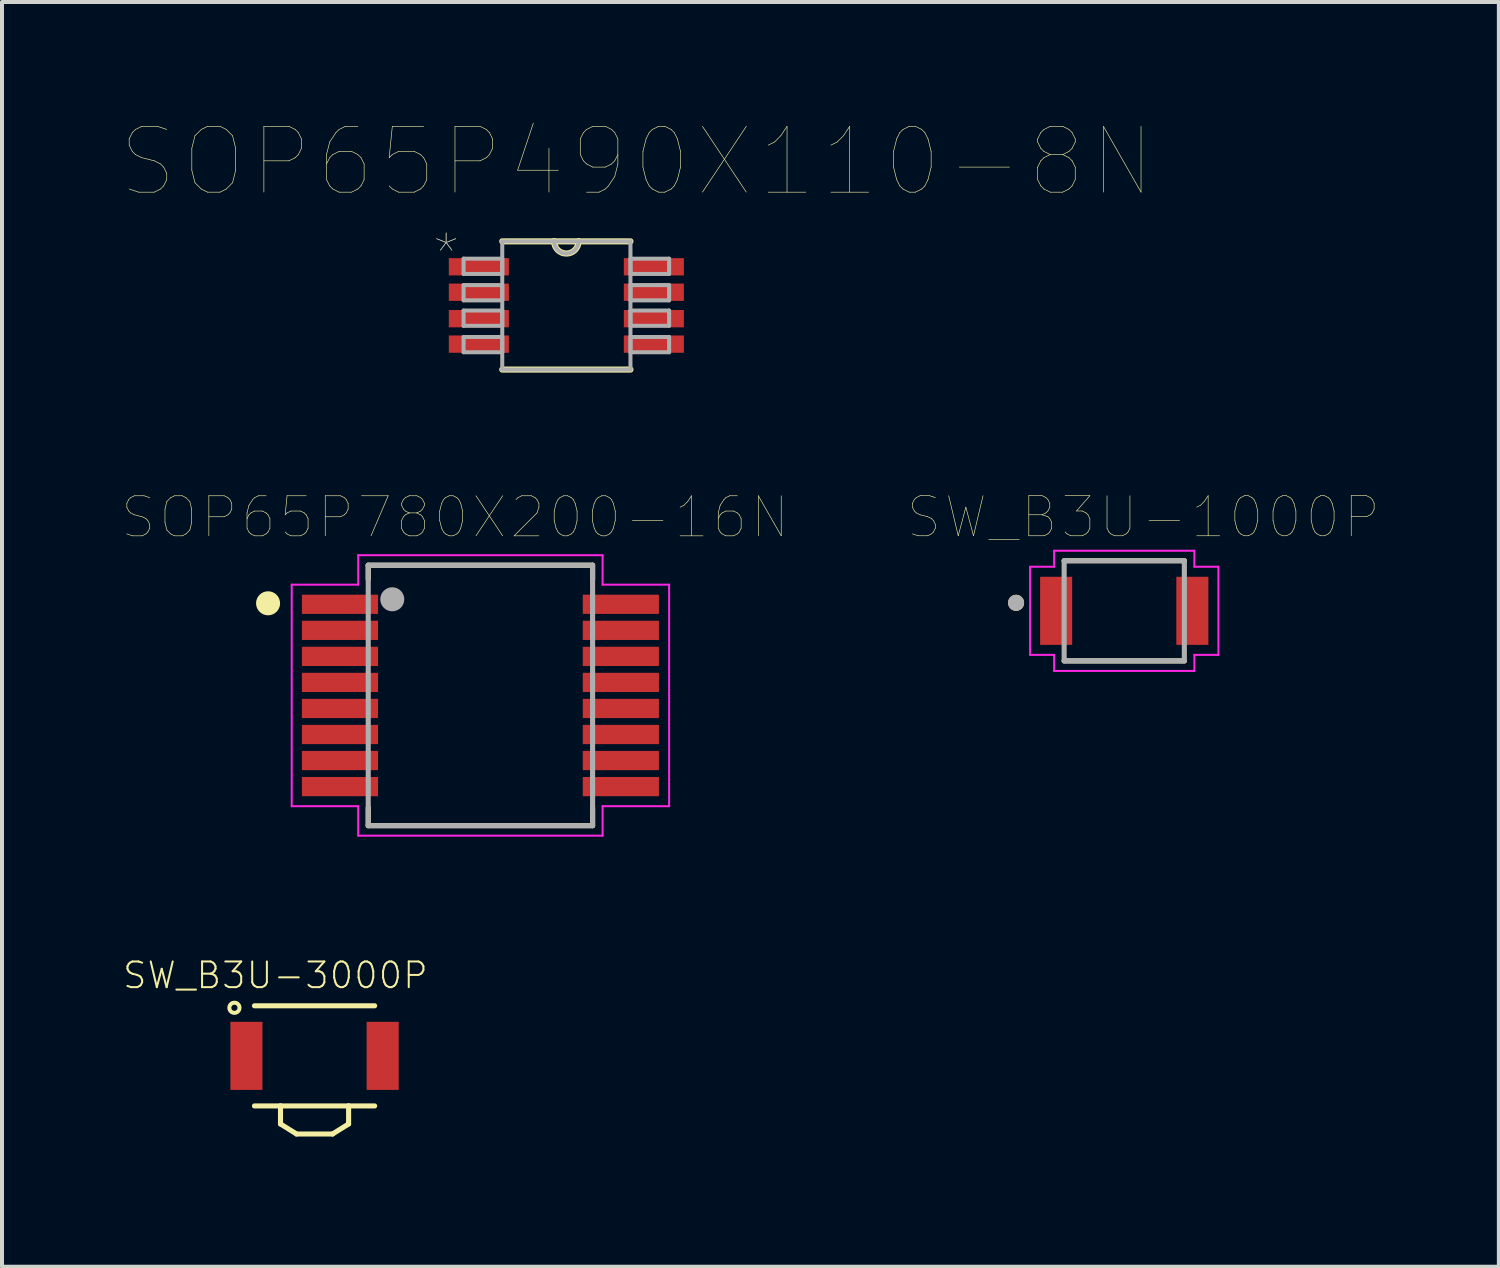
<source format=kicad_pcb>
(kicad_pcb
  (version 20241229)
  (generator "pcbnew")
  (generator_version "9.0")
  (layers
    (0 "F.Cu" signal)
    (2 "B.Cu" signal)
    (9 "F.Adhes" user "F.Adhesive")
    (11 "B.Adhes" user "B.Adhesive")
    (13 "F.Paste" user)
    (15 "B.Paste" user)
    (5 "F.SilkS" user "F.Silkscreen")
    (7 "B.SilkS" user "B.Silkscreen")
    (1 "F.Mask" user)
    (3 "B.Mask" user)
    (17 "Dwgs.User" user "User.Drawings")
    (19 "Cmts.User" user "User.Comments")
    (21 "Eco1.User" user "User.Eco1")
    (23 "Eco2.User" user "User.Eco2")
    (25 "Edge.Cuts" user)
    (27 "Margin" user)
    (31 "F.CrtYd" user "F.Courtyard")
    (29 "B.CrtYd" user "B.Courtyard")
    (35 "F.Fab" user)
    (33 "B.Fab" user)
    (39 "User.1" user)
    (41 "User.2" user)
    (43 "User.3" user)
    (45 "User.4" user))
  (footprint "SW_B3U-3000P"
    (layer "F.Cu")
    (at 4.801 23.304)
    (property "Reference" "SW_B3U-3000P" (at -0.976 -2.009 0) (layer "F.SilkS") (effects (font (size 0.641 0.641) (thickness 0.05))))
    (attr smd)
    (fp_line (start -1.5 1.25) (end -0.85 1.25) (stroke (width 0.127) (type solid)) (layer "F.SilkS"))
    (fp_line (start -0.85 1.25) (end -0.85 1.7) (stroke (width 0.127) (type solid)) (layer "F.SilkS"))
    (fp_line (start -0.85 1.25) (end 0.85 1.25) (stroke (width 0.127) (type solid)) (layer "F.SilkS"))
    (fp_line (start -0.45 1.95) (end -0.85 1.7) (stroke (width 0.127) (type solid)) (layer "F.SilkS"))
    (fp_line (start 0.45 1.95) (end -0.45 1.95) (stroke (width 0.127) (type solid)) (layer "F.SilkS"))
    (fp_line (start 0.45 1.95) (end 0.85 1.7) (stroke (width 0.127) (type solid)) (layer "F.SilkS"))
    (fp_line (start 0.85 1.25) (end 0.85 1.7) (stroke (width 0.127) (type solid)) (layer "F.SilkS"))
    (fp_line (start 0.85 1.25) (end 1.5 1.25) (stroke (width 0.127) (type solid)) (layer "F.SilkS"))
    (fp_line (start 1.5 -1.25) (end -1.5 -1.25) (stroke (width 0.127) (type solid)) (layer "F.SilkS"))
    (fp_circle (center -2 -1.2) (end -1.873 -1.2) (stroke (width 0.1) (type solid)) (fill no) (layer "F.SilkS"))
    (fp_line (start -2.5 -1.5) (end 2.5 -1.5) (stroke (width 0.127) (type solid)) (layer "Eco1.User"))
    (fp_line (start -2.5 2.2) (end -2.5 -1.5) (stroke (width 0.127) (type solid)) (layer "Eco1.User"))
    (fp_line (start 2.5 -1.5) (end 2.5 2.2) (stroke (width 0.127) (type solid)) (layer "Eco1.User"))
    (fp_line (start 2.5 2.2) (end -2.5 2.2) (stroke (width 0.127) (type solid)) (layer "Eco1.User"))
    (fp_line (start -1.5 -1.25) (end -1.5 1.25) (stroke (width 0.127) (type solid)) (layer "Eco2.User"))
    (fp_line (start 1.5 1.25) (end 1.5 -1.25) (stroke (width 0.127) (type solid)) (layer "Eco2.User"))
    (pad "1" smd rect (at -1.7 0 180) (size 0.8 1.7) (layers "F.Cu" "F.Mask" "F.Paste"))
    (pad "2" smd rect (at 1.7 0 180) (size 0.8 1.7) (layers "F.Cu" "F.Mask" "F.Paste")))
  (footprint "SOP65P490X110-8N"
    (layer "F.Cu")
    (at 11.086 4.574)
    (property "Reference" "SOP65P490X110-8N" (at 1.755 -3.587 0) (layer "F.SilkS") (effects (font (size 1.642 1.642) (thickness 0.015))))
    (attr through_hole)
    (fp_line (start -1.6 1.6) (end 1.6 1.6) (stroke (width 0.152) (type solid)) (layer "F.SilkS"))
    (fp_line (start -0.305 -1.6) (end -1.6 -1.6) (stroke (width 0.152) (type solid)) (layer "F.SilkS"))
    (fp_line (start 0.305 -1.6) (end -0.305 -1.6) (stroke (width 0.152) (type solid)) (layer "F.SilkS"))
    (fp_line (start 1.6 -1.6) (end 0.305 -1.6) (stroke (width 0.152) (type solid)) (layer "F.SilkS"))
    (fp_arc (start 0.3048 -1.6002) (mid 0 -1.2954) (end -0.3048 -1.6002) (stroke (width 0.1524) (type solid)) (layer "F.SilkS"))
    (fp_line (start -2.565 -1.168) (end -2.565 -0.787) (stroke (width 0.1) (type solid)) (layer "F.Fab"))
    (fp_line (start -2.565 -0.787) (end -1.6 -0.787) (stroke (width 0.1) (type solid)) (layer "F.Fab"))
    (fp_line (start -2.565 -0.508) (end -2.565 -0.127) (stroke (width 0.1) (type solid)) (layer "F.Fab"))
    (fp_line (start -2.565 -0.127) (end -1.6 -0.127) (stroke (width 0.1) (type solid)) (layer "F.Fab"))
    (fp_line (start -2.565 0.127) (end -2.565 0.508) (stroke (width 0.1) (type solid)) (layer "F.Fab"))
    (fp_line (start -2.565 0.508) (end -1.6 0.508) (stroke (width 0.1) (type solid)) (layer "F.Fab"))
    (fp_line (start -2.565 0.787) (end -2.565 1.168) (stroke (width 0.1) (type solid)) (layer "F.Fab"))
    (fp_line (start -2.565 1.168) (end -1.6 1.168) (stroke (width 0.1) (type solid)) (layer "F.Fab"))
    (fp_line (start -1.6 -1.6) (end -1.6 1.6) (stroke (width 0.1) (type solid)) (layer "F.Fab"))
    (fp_line (start -1.6 -1.168) (end -2.565 -1.168) (stroke (width 0.1) (type solid)) (layer "F.Fab"))
    (fp_line (start -1.6 -0.787) (end -1.6 -1.168) (stroke (width 0.1) (type solid)) (layer "F.Fab"))
    (fp_line (start -1.6 -0.508) (end -2.565 -0.508) (stroke (width 0.1) (type solid)) (layer "F.Fab"))
    (fp_line (start -1.6 -0.127) (end -1.6 -0.508) (stroke (width 0.1) (type solid)) (layer "F.Fab"))
    (fp_line (start -1.6 0.127) (end -2.565 0.127) (stroke (width 0.1) (type solid)) (layer "F.Fab"))
    (fp_line (start -1.6 0.508) (end -1.6 0.127) (stroke (width 0.1) (type solid)) (layer "F.Fab"))
    (fp_line (start -1.6 0.787) (end -2.565 0.787) (stroke (width 0.1) (type solid)) (layer "F.Fab"))
    (fp_line (start -1.6 1.168) (end -1.6 0.787) (stroke (width 0.1) (type solid)) (layer "F.Fab"))
    (fp_line (start -1.6 1.6) (end 1.6 1.6) (stroke (width 0.1) (type solid)) (layer "F.Fab"))
    (fp_line (start -0.305 -1.6) (end -1.6 -1.6) (stroke (width 0.1) (type solid)) (layer "F.Fab"))
    (fp_line (start 0.305 -1.6) (end -0.305 -1.6) (stroke (width 0.1) (type solid)) (layer "F.Fab"))
    (fp_line (start 1.6 -1.6) (end 0.305 -1.6) (stroke (width 0.1) (type solid)) (layer "F.Fab"))
    (fp_line (start 1.6 -1.168) (end 1.6 -0.787) (stroke (width 0.1) (type solid)) (layer "F.Fab"))
    (fp_line (start 1.6 -0.787) (end 2.565 -0.787) (stroke (width 0.1) (type solid)) (layer "F.Fab"))
    (fp_line (start 1.6 -0.508) (end 1.6 -0.127) (stroke (width 0.1) (type solid)) (layer "F.Fab"))
    (fp_line (start 1.6 -0.127) (end 2.565 -0.127) (stroke (width 0.1) (type solid)) (layer "F.Fab"))
    (fp_line (start 1.6 0.127) (end 1.6 0.508) (stroke (width 0.1) (type solid)) (layer "F.Fab"))
    (fp_line (start 1.6 0.508) (end 2.565 0.508) (stroke (width 0.1) (type solid)) (layer "F.Fab"))
    (fp_line (start 1.6 0.787) (end 1.6 1.168) (stroke (width 0.1) (type solid)) (layer "F.Fab"))
    (fp_line (start 1.6 1.168) (end 2.565 1.168) (stroke (width 0.1) (type solid)) (layer "F.Fab"))
    (fp_line (start 1.6 1.6) (end 1.6 -1.6) (stroke (width 0.1) (type solid)) (layer "F.Fab"))
    (fp_line (start 2.565 -1.168) (end 1.6 -1.168) (stroke (width 0.1) (type solid)) (layer "F.Fab"))
    (fp_line (start 2.565 -0.787) (end 2.565 -1.168) (stroke (width 0.1) (type solid)) (layer "F.Fab"))
    (fp_line (start 2.565 -0.508) (end 1.6 -0.508) (stroke (width 0.1) (type solid)) (layer "F.Fab"))
    (fp_line (start 2.565 -0.127) (end 2.565 -0.508) (stroke (width 0.1) (type solid)) (layer "F.Fab"))
    (fp_line (start 2.565 0.127) (end 1.6 0.127) (stroke (width 0.1) (type solid)) (layer "F.Fab"))
    (fp_line (start 2.565 0.508) (end 2.565 0.127) (stroke (width 0.1) (type solid)) (layer "F.Fab"))
    (fp_line (start 2.565 0.787) (end 1.6 0.787) (stroke (width 0.1) (type solid)) (layer "F.Fab"))
    (fp_line (start 2.565 1.168) (end 2.565 0.787) (stroke (width 0.1) (type solid)) (layer "F.Fab"))
    (fp_arc (start 0.3048 -1.6002) (mid 0 -1.2954) (end -0.3048 -1.6002) (stroke (width 0.1) (type solid)) (layer "F.Fab"))
    (fp_text user "*" (at -3 -1.271 0) (layer "F.SilkS") (effects (font (size 1.001 1.001) (thickness 0.015))))
    (fp_text user "*" (at -3.001 -1.271 0) (layer "F.Fab") (effects (font (size 1.001 1.001) (thickness 0.015))))
    (pad "1" smd rect (at -2.184 -0.965) (size 1.499 0.432) (layers "F.Cu" "F.Mask" "F.Paste"))
    (pad "2" smd rect (at -2.184 -0.33) (size 1.499 0.432) (layers "F.Cu" "F.Mask" "F.Paste"))
    (pad "3" smd rect (at -2.184 0.33) (size 1.499 0.432) (layers "F.Cu" "F.Mask" "F.Paste"))
    (pad "4" smd rect (at -2.184 0.965) (size 1.499 0.432) (layers "F.Cu" "F.Mask" "F.Paste"))
    (pad "5" smd rect (at 2.184 0.965) (size 1.499 0.432) (layers "F.Cu" "F.Mask" "F.Paste"))
    (pad "6" smd rect (at 2.184 0.33) (size 1.499 0.432) (layers "F.Cu" "F.Mask" "F.Paste"))
    (pad "7" smd rect (at 2.184 -0.33) (size 1.499 0.432) (layers "F.Cu" "F.Mask" "F.Paste"))
    (pad "8" smd rect (at 2.184 -0.965) (size 1.499 0.432) (layers "F.Cu" "F.Mask" "F.Paste")))
  (footprint "SOP65P780X200-16N"
    (layer "F.Cu")
    (at 8.941 14.308)
    (property "Reference" "SOP65P780X200-16N" (at -0.635 -4.446 0) (layer "F.SilkS") (effects (font (size 1 1) (thickness 0.015))))
    (attr through_hole)
    (fp_line (start -2.8 -3.25) (end 2.8 -3.25) (stroke (width 0.127) (type solid)) (layer "F.SilkS"))
    (fp_line (start -2.8 -2.9) (end -2.8 -3.25) (stroke (width 0.127) (type solid)) (layer "F.SilkS"))
    (fp_line (start -2.8 3.25) (end -2.8 2.8) (stroke (width 0.127) (type solid)) (layer "F.SilkS"))
    (fp_line (start -2.8 3.25) (end 2.8 3.25) (stroke (width 0.127) (type solid)) (layer "F.SilkS"))
    (fp_line (start 2.8 -3.25) (end 2.8 -2.9) (stroke (width 0.127) (type solid)) (layer "F.SilkS"))
    (fp_line (start 2.8 3.25) (end 2.8 2.8) (stroke (width 0.127) (type solid)) (layer "F.SilkS"))
    (fp_circle (center -5.3 -2.3) (end -5.15 -2.3) (stroke (width 0.3) (type solid)) (fill no) (layer "F.SilkS"))
    (fp_line (start -4.71 -2.765) (end -3.05 -2.765) (stroke (width 0.05) (type solid)) (layer "F.CrtYd"))
    (fp_line (start -4.71 2.765) (end -4.71 -2.765) (stroke (width 0.05) (type solid)) (layer "F.CrtYd"))
    (fp_line (start -3.05 -3.5) (end 3.05 -3.5) (stroke (width 0.05) (type solid)) (layer "F.CrtYd"))
    (fp_line (start -3.05 -2.765) (end -3.05 -3.5) (stroke (width 0.05) (type solid)) (layer "F.CrtYd"))
    (fp_line (start -3.05 2.765) (end -4.71 2.765) (stroke (width 0.05) (type solid)) (layer "F.CrtYd"))
    (fp_line (start -3.05 3.5) (end -3.05 2.765) (stroke (width 0.05) (type solid)) (layer "F.CrtYd"))
    (fp_line (start 3.05 -3.5) (end 3.05 -2.765) (stroke (width 0.05) (type solid)) (layer "F.CrtYd"))
    (fp_line (start 3.05 -2.765) (end 4.71 -2.765) (stroke (width 0.05) (type solid)) (layer "F.CrtYd"))
    (fp_line (start 3.05 2.765) (end 3.05 3.5) (stroke (width 0.05) (type solid)) (layer "F.CrtYd"))
    (fp_line (start 3.05 3.5) (end -3.05 3.5) (stroke (width 0.05) (type solid)) (layer "F.CrtYd"))
    (fp_line (start 4.71 -2.765) (end 4.71 2.765) (stroke (width 0.05) (type solid)) (layer "F.CrtYd"))
    (fp_line (start 4.71 2.765) (end 3.05 2.765) (stroke (width 0.05) (type solid)) (layer "F.CrtYd"))
    (fp_line (start -2.8 -3.25) (end 2.8 -3.25) (stroke (width 0.127) (type solid)) (layer "F.Fab"))
    (fp_line (start -2.8 3.25) (end -2.8 -3.25) (stroke (width 0.127) (type solid)) (layer "F.Fab"))
    (fp_line (start 2.8 -3.25) (end 2.8 3.25) (stroke (width 0.127) (type solid)) (layer "F.Fab"))
    (fp_line (start 2.8 3.25) (end -2.8 3.25) (stroke (width 0.127) (type solid)) (layer "F.Fab"))
    (fp_circle (center -2.2 -2.4) (end -2.05 -2.4) (stroke (width 0.3) (type solid)) (fill no) (layer "F.Fab"))
    (pad "1" smd rect (at -3.505 -2.275) (size 1.9 0.48) (layers "F.Cu" "F.Mask" "F.Paste"))
    (pad "2" smd rect (at -3.505 -1.625) (size 1.9 0.48) (layers "F.Cu" "F.Mask" "F.Paste"))
    (pad "3" smd rect (at -3.505 -0.975) (size 1.9 0.48) (layers "F.Cu" "F.Mask" "F.Paste"))
    (pad "4" smd rect (at -3.505 -0.325) (size 1.9 0.48) (layers "F.Cu" "F.Mask" "F.Paste"))
    (pad "5" smd rect (at -3.505 0.325) (size 1.9 0.48) (layers "F.Cu" "F.Mask" "F.Paste"))
    (pad "6" smd rect (at -3.505 0.975) (size 1.9 0.48) (layers "F.Cu" "F.Mask" "F.Paste"))
    (pad "7" smd rect (at -3.505 1.625) (size 1.9 0.48) (layers "F.Cu" "F.Mask" "F.Paste"))
    (pad "8" smd rect (at -3.505 2.275) (size 1.9 0.48) (layers "F.Cu" "F.Mask" "F.Paste"))
    (pad "9" smd rect (at 3.505 2.275) (size 1.9 0.48) (layers "F.Cu" "F.Mask" "F.Paste"))
    (pad "10" smd rect (at 3.505 1.625) (size 1.9 0.48) (layers "F.Cu" "F.Mask" "F.Paste"))
    (pad "11" smd rect (at 3.505 0.975) (size 1.9 0.48) (layers "F.Cu" "F.Mask" "F.Paste"))
    (pad "12" smd rect (at 3.505 0.325) (size 1.9 0.48) (layers "F.Cu" "F.Mask" "F.Paste"))
    (pad "13" smd rect (at 3.505 -0.325) (size 1.9 0.48) (layers "F.Cu" "F.Mask" "F.Paste"))
    (pad "14" smd rect (at 3.505 -0.975) (size 1.9 0.48) (layers "F.Cu" "F.Mask" "F.Paste"))
    (pad "15" smd rect (at 3.505 -1.625) (size 1.9 0.48) (layers "F.Cu" "F.Mask" "F.Paste"))
    (pad "16" smd rect (at 3.505 -2.275) (size 1.9 0.48) (layers "F.Cu" "F.Mask" "F.Paste")))
  (footprint "SW_B3U-1000P"
    (layer "F.Cu")
    (at 25.011 12.196)
    (property "Reference" "SW_B3U-1000P" (at 0.475 -2.335 0) (layer "F.SilkS") (effects (font (size 1 1) (thickness 0.015))))
    (attr through_hole)
    (fp_line (start -1.5 -1.25) (end 1.5 -1.25) (stroke (width 0.127) (type solid)) (layer "F.SilkS"))
    (fp_line (start -1.5 1.25) (end 1.5 1.25) (stroke (width 0.127) (type solid)) (layer "F.SilkS"))
    (fp_circle (center -2.7 -0.2) (end -2.6 -0.2) (stroke (width 0.2) (type solid)) (fill no) (layer "F.SilkS"))
    (fp_line (start -2.35 -1.1) (end -1.75 -1.1) (stroke (width 0.05) (type solid)) (layer "F.CrtYd"))
    (fp_line (start -2.35 1.1) (end -2.35 -1.1) (stroke (width 0.05) (type solid)) (layer "F.CrtYd"))
    (fp_line (start -1.75 -1.5) (end 1.75 -1.5) (stroke (width 0.05) (type solid)) (layer "F.CrtYd"))
    (fp_line (start -1.75 -1.1) (end -1.75 -1.5) (stroke (width 0.05) (type solid)) (layer "F.CrtYd"))
    (fp_line (start -1.75 1.1) (end -2.35 1.1) (stroke (width 0.05) (type solid)) (layer "F.CrtYd"))
    (fp_line (start -1.75 1.5) (end -1.75 1.1) (stroke (width 0.05) (type solid)) (layer "F.CrtYd"))
    (fp_line (start 1.75 -1.5) (end 1.75 -1.1) (stroke (width 0.05) (type solid)) (layer "F.CrtYd"))
    (fp_line (start 1.75 -1.1) (end 2.35 -1.1) (stroke (width 0.05) (type solid)) (layer "F.CrtYd"))
    (fp_line (start 1.75 1.1) (end 1.75 1.5) (stroke (width 0.05) (type solid)) (layer "F.CrtYd"))
    (fp_line (start 1.75 1.5) (end -1.75 1.5) (stroke (width 0.05) (type solid)) (layer "F.CrtYd"))
    (fp_line (start 2.35 -1.1) (end 2.35 1.1) (stroke (width 0.05) (type solid)) (layer "F.CrtYd"))
    (fp_line (start 2.35 1.1) (end 1.75 1.1) (stroke (width 0.05) (type solid)) (layer "F.CrtYd"))
    (fp_line (start -1.5 1.25) (end -1.5 -1.25) (stroke (width 0.127) (type solid)) (layer "F.Fab"))
    (fp_line (start 1.5 -1.25) (end -1.5 -1.25) (stroke (width 0.127) (type solid)) (layer "F.Fab"))
    (fp_line (start 1.5 -1.25) (end 1.5 1.25) (stroke (width 0.127) (type solid)) (layer "F.Fab"))
    (fp_line (start 1.5 1.25) (end -1.5 1.25) (stroke (width 0.127) (type solid)) (layer "F.Fab"))
    (fp_circle (center -2.7 -0.2) (end -2.6 -0.2) (stroke (width 0.2) (type solid)) (fill no) (layer "F.Fab"))
    (pad "1" smd rect (at -1.7 0) (size 0.8 1.7) (layers "F.Cu" "F.Mask" "F.Paste"))
    (pad "2" smd rect (at 1.7 0) (size 0.8 1.7) (layers "F.Cu" "F.Mask" "F.Paste")))
  (gr_rect
    (start -3 -3)
    (end 34.361 28.568)
    (stroke (width 0.1) (type default))
    (fill no)
    (layer "Edge.Cuts")))
</source>
